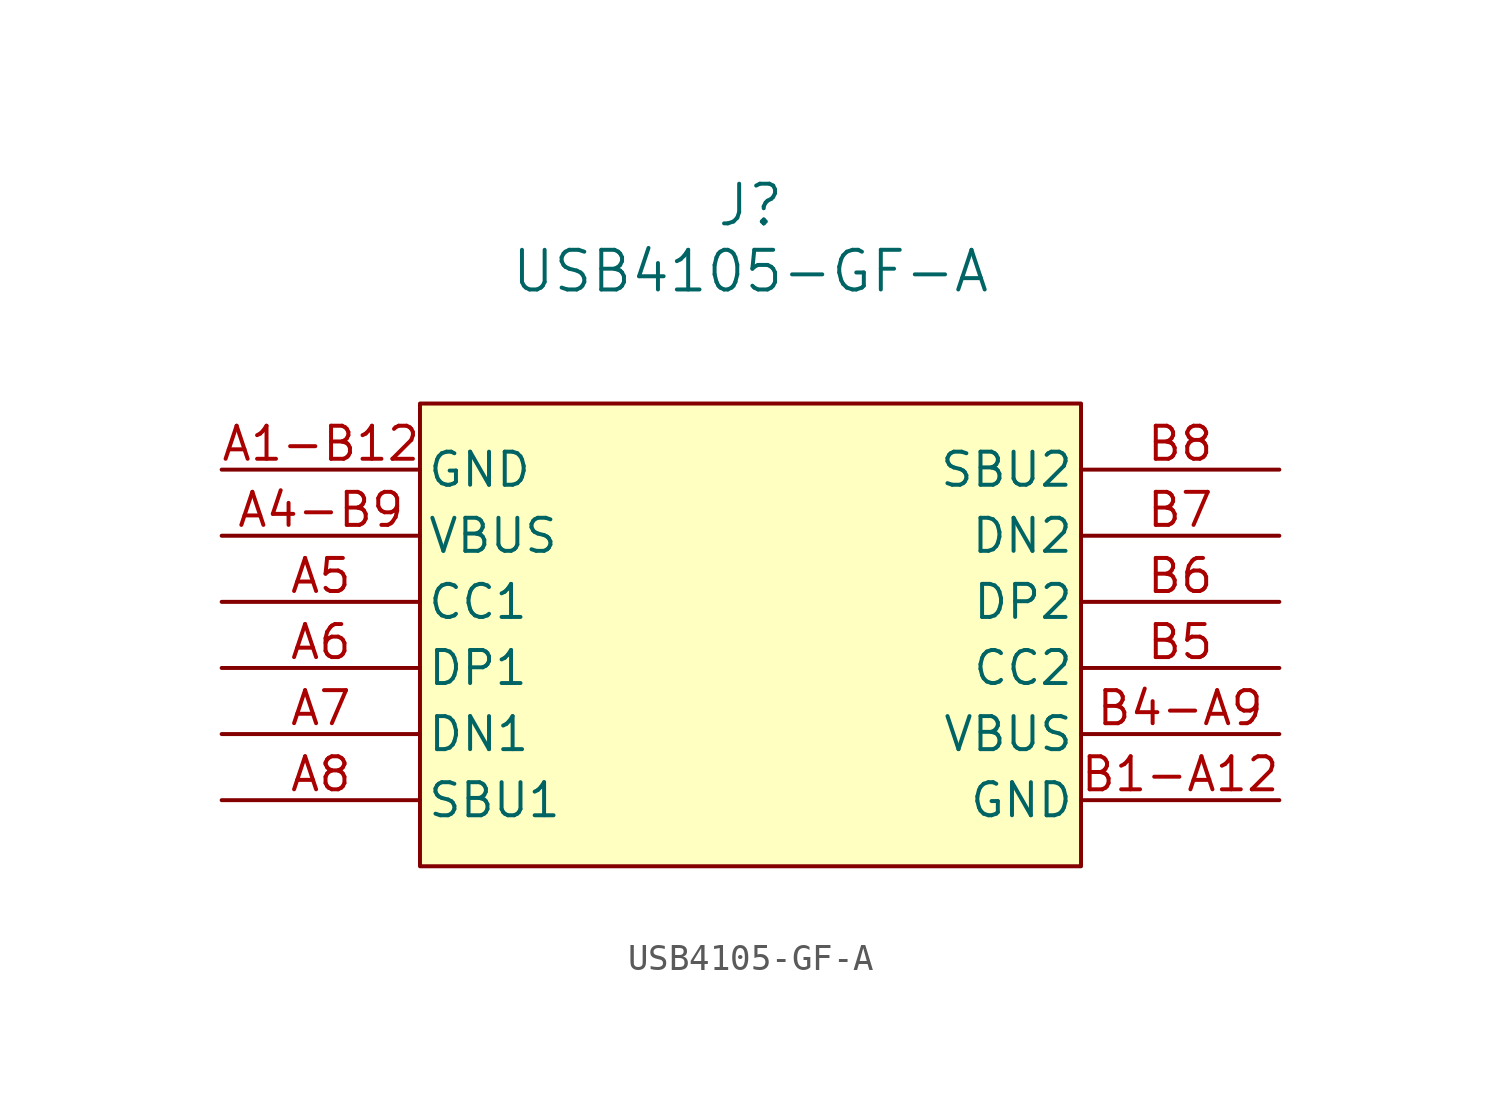
<source format=kicad_sym>
(kicad_symbol_lib
  (version 20231120)
  (generator "kicad_symbol_editor")
  (generator_version "8.0")
  (symbol "USB4105-GF-A"
    (pin_names
      (offset 0.254))
    (property "Reference" "J"
      (at 20.32 10.16 0)
      (effects (font (size 1.524 1.524))))
    (property "Value" "USB4105-GF-A"
      (at 20.32 7.62 0)
      (effects (font (size 1.524 1.524))))
    (property "ki_locked" ""
      (at 0 0 0)
      (effects (font (size 1.27 1.27))))
    (symbol "USB4105-GF-A_0_1"
      (pin power_out line (at 0 0 0) (length 7.62) (name "GND" (effects (font (size 1.27 1.27)))) (number "A1-B12" (effects (font (size 1.27 1.27)))))
      (pin power_in line (at 0 -2.54 0) (length 7.62) (name "VBUS" (effects (font (size 1.27 1.27)))) (number "A4-B9" (effects (font (size 1.27 1.27)))))
      (pin bidirectional line (at 0 -5.08 0) (length 7.62) (name "CC1" (effects (font (size 1.27 1.27)))) (number "A5" (effects (font (size 1.27 1.27)))))
      (pin bidirectional line (at 0 -7.62 0) (length 7.62) (name "DP1" (effects (font (size 1.27 1.27)))) (number "A6" (effects (font (size 1.27 1.27)))))
      (pin bidirectional line (at 0 -10.16 0) (length 7.62) (name "DN1" (effects (font (size 1.27 1.27)))) (number "A7" (effects (font (size 1.27 1.27)))))
      (pin bidirectional line (at 0 -12.7 0) (length 7.62) (name "SBU1" (effects (font (size 1.27 1.27)))) (number "A8" (effects (font (size 1.27 1.27)))))
      (pin power_out line (at 40.64 -12.7 180) (length 7.62) (name "GND" (effects (font (size 1.27 1.27)))) (number "B1-A12" (effects (font (size 1.27 1.27)))))
      (pin power_in line (at 40.64 -10.16 180) (length 7.62) (name "VBUS" (effects (font (size 1.27 1.27)))) (number "B4-A9" (effects (font (size 1.27 1.27)))))
      (pin bidirectional line (at 40.64 -7.62 180) (length 7.62) (name "CC2" (effects (font (size 1.27 1.27)))) (number "B5" (effects (font (size 1.27 1.27)))))
      (pin bidirectional line (at 40.64 -5.08 180) (length 7.62) (name "DP2" (effects (font (size 1.27 1.27)))) (number "B6" (effects (font (size 1.27 1.27)))))
      (pin bidirectional line (at 40.64 -2.54 180) (length 7.62) (name "DN2" (effects (font (size 1.27 1.27)))) (number "B7" (effects (font (size 1.27 1.27)))))
      (pin bidirectional line (at 40.64 0 180) (length 7.62) (name "SBU2" (effects (font (size 1.27 1.27)))) (number "B8" (effects (font (size 1.27 1.27))))))
    (symbol "USB4105-GF-A_1_1"
      (rectangle (start 7.62 2.54) (end 33.02 -15.24) (stroke (width 0) (type default)) (fill (type background))))))
</source>
